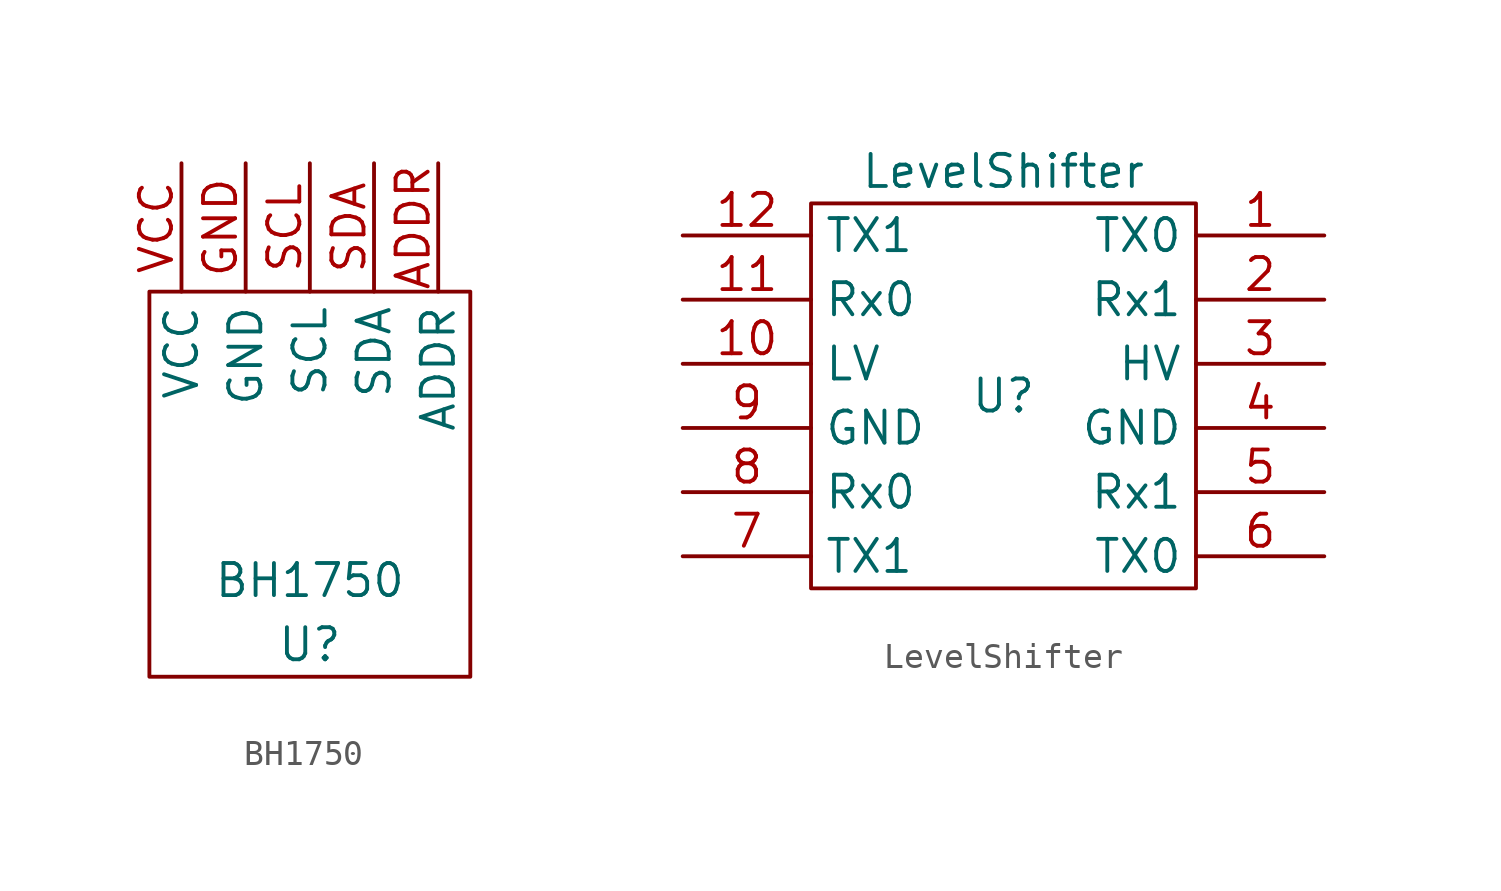
<source format=kicad_sym>
(kicad_symbol_lib
  (version 20211014)
  (generator kicad_symbol_editor)
  (symbol "BH1750"
    (property "Reference" "U"
      (at 0 -6.35 0)
      (effects (font (size 1.27 1.27))))
    (property "Value" "BH1750"
      (at 0 -3.81 0)
      (effects (font (size 1.27 1.27))))
    (symbol "BH1750_0_1"
      (rectangle (start -6.35 7.62) (end 6.35 -7.62) (stroke (width 0.152) (type default) (color 0 0 0 0)) (fill (type none))))
    (symbol "BH1750_1_1"
      (pin bidirectional line (at 5.08 12.7 270) (length 5.08) (name "ADDR" (effects (font (size 1.27 1.27)))) (number "ADDR" (effects (font (size 1.27 1.27)))))
      (pin power_in line (at -2.54 12.7 270) (length 5.08) (name "GND" (effects (font (size 1.27 1.27)))) (number "GND" (effects (font (size 1.27 1.27)))))
      (pin bidirectional line (at 0 12.7 270) (length 5.08) (name "SCL" (effects (font (size 1.27 1.27)))) (number "SCL" (effects (font (size 1.27 1.27)))))
      (pin bidirectional line (at 2.54 12.7 270) (length 5.08) (name "SDA" (effects (font (size 1.27 1.27)))) (number "SDA" (effects (font (size 1.27 1.27)))))
      (pin power_in line (at -5.08 12.7 270) (length 5.08) (name "VCC" (effects (font (size 1.27 1.27)))) (number "VCC" (effects (font (size 1.27 1.27)))))))
  (symbol "LevelShifter"
    (property "Reference" "U"
      (at 0 -10.16 0)
      (effects (font (size 1.27 1.27))))
    (property "Value" "LevelShifter"
      (at 0 -1.27 0)
      (effects (font (size 1.27 1.27))))
    (symbol "LevelShifter_0_1"
      (rectangle (start -7.62 -2.54) (end 7.62 -17.78) (stroke (width 0.152) (type default) (color 0 0 0 0)) (fill (type none))))
    (symbol "LevelShifter_1_1"
      (pin input line (at 12.7 -3.81 180) (length 5.08) (name "TX0" (effects (font (size 1.27 1.27)))) (number "1" (effects (font (size 1.27 1.27)))))
      (pin power_in line (at -12.7 -8.89 0) (length 5.08) (name "LV" (effects (font (size 1.27 1.27)))) (number "10" (effects (font (size 1.27 1.27)))))
      (pin output line (at -12.7 -6.35 0) (length 5.08) (name "Rx0" (effects (font (size 1.27 1.27)))) (number "11" (effects (font (size 1.27 1.27)))))
      (pin input line (at -12.7 -3.81 0) (length 5.08) (name "TX1" (effects (font (size 1.27 1.27)))) (number "12" (effects (font (size 1.27 1.27)))))
      (pin output line (at 12.7 -6.35 180) (length 5.08) (name "Rx1" (effects (font (size 1.27 1.27)))) (number "2" (effects (font (size 1.27 1.27)))))
      (pin power_in line (at 12.7 -8.89 180) (length 5.08) (name "HV" (effects (font (size 1.27 1.27)))) (number "3" (effects (font (size 1.27 1.27)))))
      (pin power_in line (at 12.7 -11.43 180) (length 5.08) (name "GND" (effects (font (size 1.27 1.27)))) (number "4" (effects (font (size 1.27 1.27)))))
      (pin output line (at 12.7 -13.97 180) (length 5.08) (name "Rx1" (effects (font (size 1.27 1.27)))) (number "5" (effects (font (size 1.27 1.27)))))
      (pin input line (at 12.7 -16.51 180) (length 5.08) (name "TX0" (effects (font (size 1.27 1.27)))) (number "6" (effects (font (size 1.27 1.27)))))
      (pin input line (at -12.7 -16.51 0) (length 5.08) (name "TX1" (effects (font (size 1.27 1.27)))) (number "7" (effects (font (size 1.27 1.27)))))
      (pin output line (at -12.7 -13.97 0) (length 5.08) (name "Rx0" (effects (font (size 1.27 1.27)))) (number "8" (effects (font (size 1.27 1.27)))))
      (pin power_in line (at -12.7 -11.43 0) (length 5.08) (name "GND" (effects (font (size 1.27 1.27)))) (number "9" (effects (font (size 1.27 1.27))))))))
</source>
